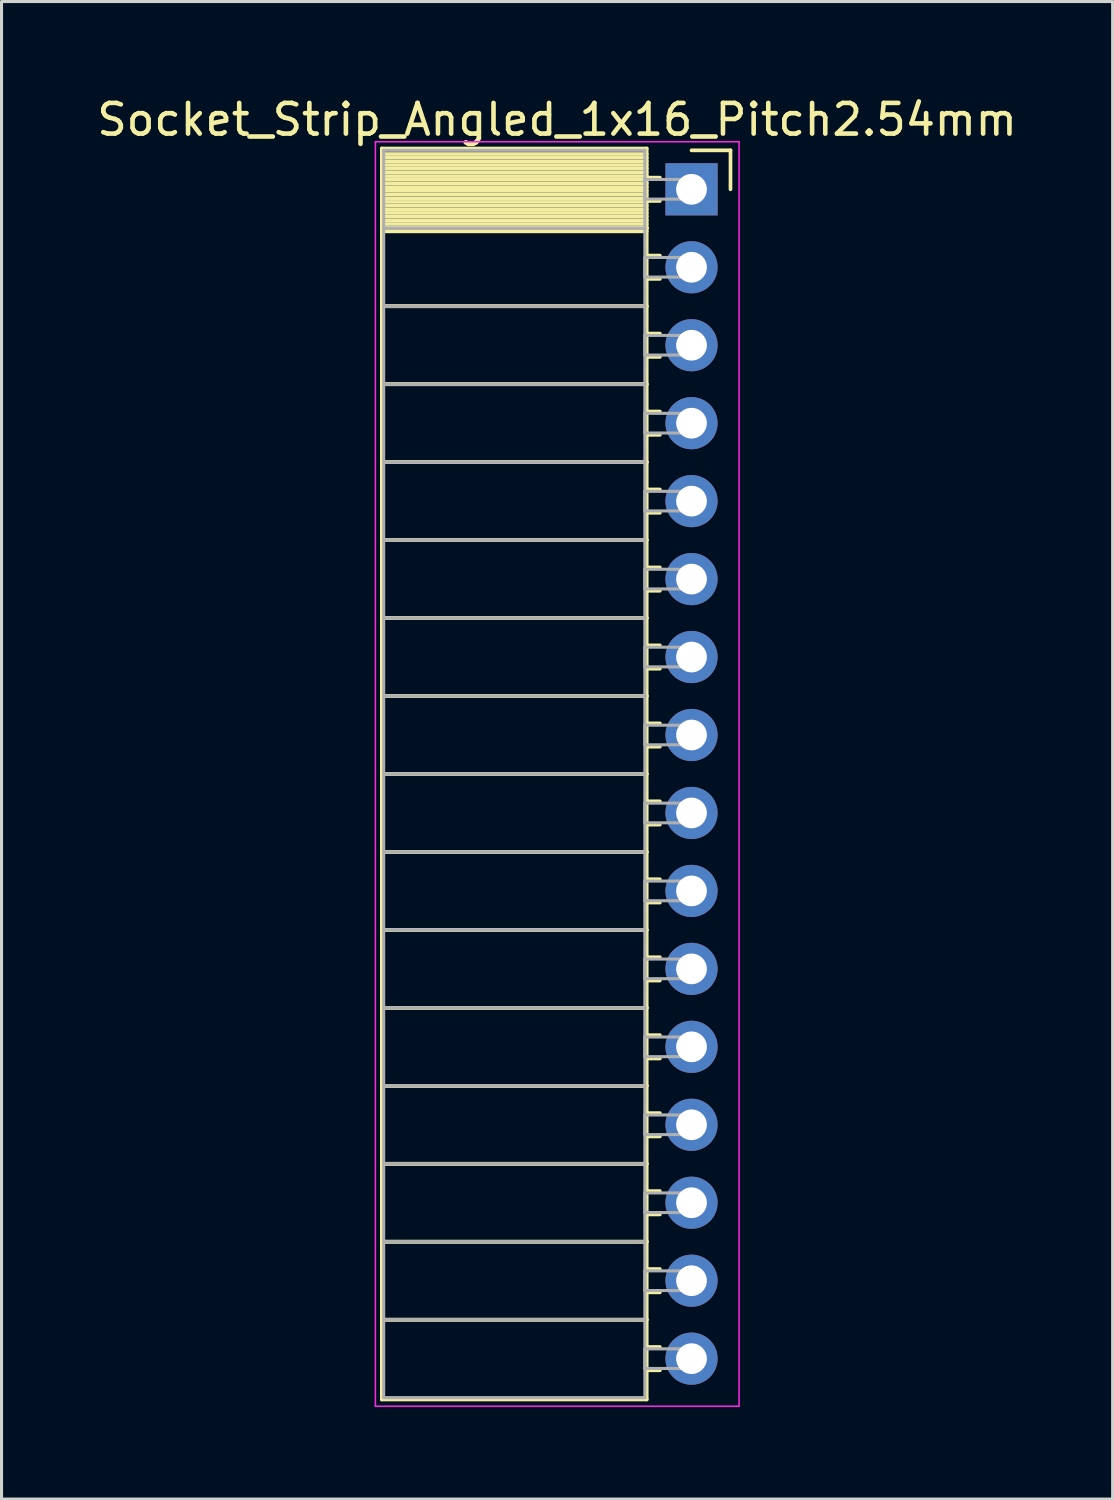
<source format=kicad_pcb>
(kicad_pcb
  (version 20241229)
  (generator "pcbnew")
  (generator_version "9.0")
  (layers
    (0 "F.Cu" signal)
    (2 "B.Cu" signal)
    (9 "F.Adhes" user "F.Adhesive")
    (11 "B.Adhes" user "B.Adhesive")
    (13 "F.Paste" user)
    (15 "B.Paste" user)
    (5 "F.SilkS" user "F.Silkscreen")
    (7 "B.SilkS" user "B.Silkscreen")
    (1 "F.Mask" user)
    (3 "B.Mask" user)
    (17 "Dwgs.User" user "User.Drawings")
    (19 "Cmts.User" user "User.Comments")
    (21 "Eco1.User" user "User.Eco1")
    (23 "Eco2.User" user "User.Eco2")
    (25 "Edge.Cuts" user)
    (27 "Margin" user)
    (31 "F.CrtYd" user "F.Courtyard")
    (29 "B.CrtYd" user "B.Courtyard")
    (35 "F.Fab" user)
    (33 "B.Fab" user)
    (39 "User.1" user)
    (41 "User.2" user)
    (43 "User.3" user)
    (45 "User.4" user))
  (footprint "Socket_Strip_Angled_1x16_Pitch2.54mm"
    (layer "F.Cu")
    (at 19.481 3.118)
    (property "Reference" "Socket_Strip_Angled_1x16_Pitch2.54mm" (at -4.38 -2.27 0) (layer "F.SilkS") (effects (font (size 1 1) (thickness 0.15))))
    (attr through_hole)
    (fp_line (start -10.09 -1.33) (end -1.46 -1.33) (stroke (width 0.12) (type solid)) (layer "F.SilkS"))
    (fp_line (start -10.09 1.27) (end -10.09 -1.33) (stroke (width 0.12) (type solid)) (layer "F.SilkS"))
    (fp_line (start -10.09 1.27) (end -1.46 1.27) (stroke (width 0.12) (type solid)) (layer "F.SilkS"))
    (fp_line (start -10.09 3.81) (end -10.09 1.27) (stroke (width 0.12) (type solid)) (layer "F.SilkS"))
    (fp_line (start -10.09 3.81) (end -1.46 3.81) (stroke (width 0.12) (type solid)) (layer "F.SilkS"))
    (fp_line (start -10.09 6.35) (end -10.09 3.81) (stroke (width 0.12) (type solid)) (layer "F.SilkS"))
    (fp_line (start -10.09 6.35) (end -1.46 6.35) (stroke (width 0.12) (type solid)) (layer "F.SilkS"))
    (fp_line (start -10.09 8.89) (end -10.09 6.35) (stroke (width 0.12) (type solid)) (layer "F.SilkS"))
    (fp_line (start -10.09 8.89) (end -1.46 8.89) (stroke (width 0.12) (type solid)) (layer "F.SilkS"))
    (fp_line (start -10.09 11.43) (end -10.09 8.89) (stroke (width 0.12) (type solid)) (layer "F.SilkS"))
    (fp_line (start -10.09 11.43) (end -1.46 11.43) (stroke (width 0.12) (type solid)) (layer "F.SilkS"))
    (fp_line (start -10.09 13.97) (end -10.09 11.43) (stroke (width 0.12) (type solid)) (layer "F.SilkS"))
    (fp_line (start -10.09 13.97) (end -1.46 13.97) (stroke (width 0.12) (type solid)) (layer "F.SilkS"))
    (fp_line (start -10.09 16.51) (end -10.09 13.97) (stroke (width 0.12) (type solid)) (layer "F.SilkS"))
    (fp_line (start -10.09 16.51) (end -1.46 16.51) (stroke (width 0.12) (type solid)) (layer "F.SilkS"))
    (fp_line (start -10.09 19.05) (end -10.09 16.51) (stroke (width 0.12) (type solid)) (layer "F.SilkS"))
    (fp_line (start -10.09 19.05) (end -1.46 19.05) (stroke (width 0.12) (type solid)) (layer "F.SilkS"))
    (fp_line (start -10.09 21.59) (end -10.09 19.05) (stroke (width 0.12) (type solid)) (layer "F.SilkS"))
    (fp_line (start -10.09 21.59) (end -1.46 21.59) (stroke (width 0.12) (type solid)) (layer "F.SilkS"))
    (fp_line (start -10.09 24.13) (end -10.09 21.59) (stroke (width 0.12) (type solid)) (layer "F.SilkS"))
    (fp_line (start -10.09 24.13) (end -1.46 24.13) (stroke (width 0.12) (type solid)) (layer "F.SilkS"))
    (fp_line (start -10.09 26.67) (end -10.09 24.13) (stroke (width 0.12) (type solid)) (layer "F.SilkS"))
    (fp_line (start -10.09 26.67) (end -1.46 26.67) (stroke (width 0.12) (type solid)) (layer "F.SilkS"))
    (fp_line (start -10.09 29.21) (end -10.09 26.67) (stroke (width 0.12) (type solid)) (layer "F.SilkS"))
    (fp_line (start -10.09 29.21) (end -1.46 29.21) (stroke (width 0.12) (type solid)) (layer "F.SilkS"))
    (fp_line (start -10.09 31.75) (end -10.09 29.21) (stroke (width 0.12) (type solid)) (layer "F.SilkS"))
    (fp_line (start -10.09 31.75) (end -1.46 31.75) (stroke (width 0.12) (type solid)) (layer "F.SilkS"))
    (fp_line (start -10.09 34.29) (end -10.09 31.75) (stroke (width 0.12) (type solid)) (layer "F.SilkS"))
    (fp_line (start -10.09 34.29) (end -1.46 34.29) (stroke (width 0.12) (type solid)) (layer "F.SilkS"))
    (fp_line (start -10.09 36.83) (end -10.09 34.29) (stroke (width 0.12) (type solid)) (layer "F.SilkS"))
    (fp_line (start -10.09 36.83) (end -1.46 36.83) (stroke (width 0.12) (type solid)) (layer "F.SilkS"))
    (fp_line (start -10.09 39.43) (end -10.09 36.83) (stroke (width 0.12) (type solid)) (layer "F.SilkS"))
    (fp_line (start -1.46 -1.33) (end -1.46 1.27) (stroke (width 0.12) (type solid)) (layer "F.SilkS"))
    (fp_line (start -1.46 -1.15) (end -10.09 -1.15) (stroke (width 0.12) (type solid)) (layer "F.SilkS"))
    (fp_line (start -1.46 -1.03) (end -10.09 -1.03) (stroke (width 0.12) (type solid)) (layer "F.SilkS"))
    (fp_line (start -1.46 -0.91) (end -10.09 -0.91) (stroke (width 0.12) (type solid)) (layer "F.SilkS"))
    (fp_line (start -1.46 -0.79) (end -10.09 -0.79) (stroke (width 0.12) (type solid)) (layer "F.SilkS"))
    (fp_line (start -1.46 -0.67) (end -10.09 -0.67) (stroke (width 0.12) (type solid)) (layer "F.SilkS"))
    (fp_line (start -1.46 -0.55) (end -10.09 -0.55) (stroke (width 0.12) (type solid)) (layer "F.SilkS"))
    (fp_line (start -1.46 -0.43) (end -10.09 -0.43) (stroke (width 0.12) (type solid)) (layer "F.SilkS"))
    (fp_line (start -1.46 -0.31) (end -10.09 -0.31) (stroke (width 0.12) (type solid)) (layer "F.SilkS"))
    (fp_line (start -1.46 -0.19) (end -10.09 -0.19) (stroke (width 0.12) (type solid)) (layer "F.SilkS"))
    (fp_line (start -1.46 -0.07) (end -10.09 -0.07) (stroke (width 0.12) (type solid)) (layer "F.SilkS"))
    (fp_line (start -1.46 0.05) (end -10.09 0.05) (stroke (width 0.12) (type solid)) (layer "F.SilkS"))
    (fp_line (start -1.46 0.17) (end -10.09 0.17) (stroke (width 0.12) (type solid)) (layer "F.SilkS"))
    (fp_line (start -1.46 0.29) (end -10.09 0.29) (stroke (width 0.12) (type solid)) (layer "F.SilkS"))
    (fp_line (start -1.46 0.41) (end -10.09 0.41) (stroke (width 0.12) (type solid)) (layer "F.SilkS"))
    (fp_line (start -1.46 0.53) (end -10.09 0.53) (stroke (width 0.12) (type solid)) (layer "F.SilkS"))
    (fp_line (start -1.46 0.65) (end -10.09 0.65) (stroke (width 0.12) (type solid)) (layer "F.SilkS"))
    (fp_line (start -1.46 0.77) (end -10.09 0.77) (stroke (width 0.12) (type solid)) (layer "F.SilkS"))
    (fp_line (start -1.46 0.89) (end -10.09 0.89) (stroke (width 0.12) (type solid)) (layer "F.SilkS"))
    (fp_line (start -1.46 1.01) (end -10.09 1.01) (stroke (width 0.12) (type solid)) (layer "F.SilkS"))
    (fp_line (start -1.46 1.13) (end -10.09 1.13) (stroke (width 0.12) (type solid)) (layer "F.SilkS"))
    (fp_line (start -1.46 1.25) (end -10.09 1.25) (stroke (width 0.12) (type solid)) (layer "F.SilkS"))
    (fp_line (start -1.46 1.27) (end -10.09 1.27) (stroke (width 0.12) (type solid)) (layer "F.SilkS"))
    (fp_line (start -1.46 1.27) (end -1.46 3.81) (stroke (width 0.12) (type solid)) (layer "F.SilkS"))
    (fp_line (start -1.46 1.37) (end -10.09 1.37) (stroke (width 0.12) (type solid)) (layer "F.SilkS"))
    (fp_line (start -1.46 3.81) (end -10.09 3.81) (stroke (width 0.12) (type solid)) (layer "F.SilkS"))
    (fp_line (start -1.46 3.81) (end -1.46 6.35) (stroke (width 0.12) (type solid)) (layer "F.SilkS"))
    (fp_line (start -1.46 6.35) (end -10.09 6.35) (stroke (width 0.12) (type solid)) (layer "F.SilkS"))
    (fp_line (start -1.46 6.35) (end -1.46 8.89) (stroke (width 0.12) (type solid)) (layer "F.SilkS"))
    (fp_line (start -1.46 8.89) (end -10.09 8.89) (stroke (width 0.12) (type solid)) (layer "F.SilkS"))
    (fp_line (start -1.46 8.89) (end -1.46 11.43) (stroke (width 0.12) (type solid)) (layer "F.SilkS"))
    (fp_line (start -1.46 11.43) (end -10.09 11.43) (stroke (width 0.12) (type solid)) (layer "F.SilkS"))
    (fp_line (start -1.46 11.43) (end -1.46 13.97) (stroke (width 0.12) (type solid)) (layer "F.SilkS"))
    (fp_line (start -1.46 13.97) (end -10.09 13.97) (stroke (width 0.12) (type solid)) (layer "F.SilkS"))
    (fp_line (start -1.46 13.97) (end -1.46 16.51) (stroke (width 0.12) (type solid)) (layer "F.SilkS"))
    (fp_line (start -1.46 16.51) (end -10.09 16.51) (stroke (width 0.12) (type solid)) (layer "F.SilkS"))
    (fp_line (start -1.46 16.51) (end -1.46 19.05) (stroke (width 0.12) (type solid)) (layer "F.SilkS"))
    (fp_line (start -1.46 19.05) (end -10.09 19.05) (stroke (width 0.12) (type solid)) (layer "F.SilkS"))
    (fp_line (start -1.46 19.05) (end -1.46 21.59) (stroke (width 0.12) (type solid)) (layer "F.SilkS"))
    (fp_line (start -1.46 21.59) (end -10.09 21.59) (stroke (width 0.12) (type solid)) (layer "F.SilkS"))
    (fp_line (start -1.46 21.59) (end -1.46 24.13) (stroke (width 0.12) (type solid)) (layer "F.SilkS"))
    (fp_line (start -1.46 24.13) (end -10.09 24.13) (stroke (width 0.12) (type solid)) (layer "F.SilkS"))
    (fp_line (start -1.46 24.13) (end -1.46 26.67) (stroke (width 0.12) (type solid)) (layer "F.SilkS"))
    (fp_line (start -1.46 26.67) (end -10.09 26.67) (stroke (width 0.12) (type solid)) (layer "F.SilkS"))
    (fp_line (start -1.46 26.67) (end -1.46 29.21) (stroke (width 0.12) (type solid)) (layer "F.SilkS"))
    (fp_line (start -1.46 29.21) (end -10.09 29.21) (stroke (width 0.12) (type solid)) (layer "F.SilkS"))
    (fp_line (start -1.46 29.21) (end -1.46 31.75) (stroke (width 0.12) (type solid)) (layer "F.SilkS"))
    (fp_line (start -1.46 31.75) (end -10.09 31.75) (stroke (width 0.12) (type solid)) (layer "F.SilkS"))
    (fp_line (start -1.46 31.75) (end -1.46 34.29) (stroke (width 0.12) (type solid)) (layer "F.SilkS"))
    (fp_line (start -1.46 34.29) (end -10.09 34.29) (stroke (width 0.12) (type solid)) (layer "F.SilkS"))
    (fp_line (start -1.46 34.29) (end -1.46 36.83) (stroke (width 0.12) (type solid)) (layer "F.SilkS"))
    (fp_line (start -1.46 36.83) (end -10.09 36.83) (stroke (width 0.12) (type solid)) (layer "F.SilkS"))
    (fp_line (start -1.46 36.83) (end -1.46 39.43) (stroke (width 0.12) (type solid)) (layer "F.SilkS"))
    (fp_line (start -1.46 39.43) (end -10.09 39.43) (stroke (width 0.12) (type solid)) (layer "F.SilkS"))
    (fp_line (start -1.03 -0.38) (end -1.46 -0.38) (stroke (width 0.12) (type solid)) (layer "F.SilkS"))
    (fp_line (start -1.03 0.38) (end -1.46 0.38) (stroke (width 0.12) (type solid)) (layer "F.SilkS"))
    (fp_line (start -1.03 2.16) (end -1.46 2.16) (stroke (width 0.12) (type solid)) (layer "F.SilkS"))
    (fp_line (start -1.03 2.92) (end -1.46 2.92) (stroke (width 0.12) (type solid)) (layer "F.SilkS"))
    (fp_line (start -1.03 4.7) (end -1.46 4.7) (stroke (width 0.12) (type solid)) (layer "F.SilkS"))
    (fp_line (start -1.03 5.46) (end -1.46 5.46) (stroke (width 0.12) (type solid)) (layer "F.SilkS"))
    (fp_line (start -1.03 7.24) (end -1.46 7.24) (stroke (width 0.12) (type solid)) (layer "F.SilkS"))
    (fp_line (start -1.03 8) (end -1.46 8) (stroke (width 0.12) (type solid)) (layer "F.SilkS"))
    (fp_line (start -1.03 9.78) (end -1.46 9.78) (stroke (width 0.12) (type solid)) (layer "F.SilkS"))
    (fp_line (start -1.03 10.54) (end -1.46 10.54) (stroke (width 0.12) (type solid)) (layer "F.SilkS"))
    (fp_line (start -1.03 12.32) (end -1.46 12.32) (stroke (width 0.12) (type solid)) (layer "F.SilkS"))
    (fp_line (start -1.03 13.08) (end -1.46 13.08) (stroke (width 0.12) (type solid)) (layer "F.SilkS"))
    (fp_line (start -1.03 14.86) (end -1.46 14.86) (stroke (width 0.12) (type solid)) (layer "F.SilkS"))
    (fp_line (start -1.03 15.62) (end -1.46 15.62) (stroke (width 0.12) (type solid)) (layer "F.SilkS"))
    (fp_line (start -1.03 17.4) (end -1.46 17.4) (stroke (width 0.12) (type solid)) (layer "F.SilkS"))
    (fp_line (start -1.03 18.16) (end -1.46 18.16) (stroke (width 0.12) (type solid)) (layer "F.SilkS"))
    (fp_line (start -1.03 19.94) (end -1.46 19.94) (stroke (width 0.12) (type solid)) (layer "F.SilkS"))
    (fp_line (start -1.03 20.7) (end -1.46 20.7) (stroke (width 0.12) (type solid)) (layer "F.SilkS"))
    (fp_line (start -1.03 22.48) (end -1.46 22.48) (stroke (width 0.12) (type solid)) (layer "F.SilkS"))
    (fp_line (start -1.03 23.24) (end -1.46 23.24) (stroke (width 0.12) (type solid)) (layer "F.SilkS"))
    (fp_line (start -1.03 25.02) (end -1.46 25.02) (stroke (width 0.12) (type solid)) (layer "F.SilkS"))
    (fp_line (start -1.03 25.78) (end -1.46 25.78) (stroke (width 0.12) (type solid)) (layer "F.SilkS"))
    (fp_line (start -1.03 27.56) (end -1.46 27.56) (stroke (width 0.12) (type solid)) (layer "F.SilkS"))
    (fp_line (start -1.03 28.32) (end -1.46 28.32) (stroke (width 0.12) (type solid)) (layer "F.SilkS"))
    (fp_line (start -1.03 30.1) (end -1.46 30.1) (stroke (width 0.12) (type solid)) (layer "F.SilkS"))
    (fp_line (start -1.03 30.86) (end -1.46 30.86) (stroke (width 0.12) (type solid)) (layer "F.SilkS"))
    (fp_line (start -1.03 32.64) (end -1.46 32.64) (stroke (width 0.12) (type solid)) (layer "F.SilkS"))
    (fp_line (start -1.03 33.4) (end -1.46 33.4) (stroke (width 0.12) (type solid)) (layer "F.SilkS"))
    (fp_line (start -1.03 35.18) (end -1.46 35.18) (stroke (width 0.12) (type solid)) (layer "F.SilkS"))
    (fp_line (start -1.03 35.94) (end -1.46 35.94) (stroke (width 0.12) (type solid)) (layer "F.SilkS"))
    (fp_line (start -1.03 37.72) (end -1.46 37.72) (stroke (width 0.12) (type solid)) (layer "F.SilkS"))
    (fp_line (start -1.03 38.48) (end -1.46 38.48) (stroke (width 0.12) (type solid)) (layer "F.SilkS"))
    (fp_line (start 0 -1.27) (end 1.27 -1.27) (stroke (width 0.12) (type solid)) (layer "F.SilkS"))
    (fp_line (start 1.27 -1.27) (end 1.27 0) (stroke (width 0.12) (type solid)) (layer "F.SilkS"))
    (fp_line (start -10.3 -1.55) (end 1.55 -1.55) (stroke (width 0.05) (type solid)) (layer "F.CrtYd"))
    (fp_line (start -10.3 39.65) (end -10.3 -1.55) (stroke (width 0.05) (type solid)) (layer "F.CrtYd"))
    (fp_line (start 1.55 -1.55) (end 1.55 39.65) (stroke (width 0.05) (type solid)) (layer "F.CrtYd"))
    (fp_line (start 1.55 39.65) (end -10.3 39.65) (stroke (width 0.05) (type solid)) (layer "F.CrtYd"))
    (fp_line (start -10.03 -1.27) (end -1.52 -1.27) (stroke (width 0.1) (type solid)) (layer "F.Fab"))
    (fp_line (start -10.03 1.27) (end -10.03 -1.27) (stroke (width 0.1) (type solid)) (layer "F.Fab"))
    (fp_line (start -10.03 1.27) (end -1.52 1.27) (stroke (width 0.1) (type solid)) (layer "F.Fab"))
    (fp_line (start -10.03 3.81) (end -10.03 1.27) (stroke (width 0.1) (type solid)) (layer "F.Fab"))
    (fp_line (start -10.03 3.81) (end -1.52 3.81) (stroke (width 0.1) (type solid)) (layer "F.Fab"))
    (fp_line (start -10.03 6.35) (end -10.03 3.81) (stroke (width 0.1) (type solid)) (layer "F.Fab"))
    (fp_line (start -10.03 6.35) (end -1.52 6.35) (stroke (width 0.1) (type solid)) (layer "F.Fab"))
    (fp_line (start -10.03 8.89) (end -10.03 6.35) (stroke (width 0.1) (type solid)) (layer "F.Fab"))
    (fp_line (start -10.03 8.89) (end -1.52 8.89) (stroke (width 0.1) (type solid)) (layer "F.Fab"))
    (fp_line (start -10.03 11.43) (end -10.03 8.89) (stroke (width 0.1) (type solid)) (layer "F.Fab"))
    (fp_line (start -10.03 11.43) (end -1.52 11.43) (stroke (width 0.1) (type solid)) (layer "F.Fab"))
    (fp_line (start -10.03 13.97) (end -10.03 11.43) (stroke (width 0.1) (type solid)) (layer "F.Fab"))
    (fp_line (start -10.03 13.97) (end -1.52 13.97) (stroke (width 0.1) (type solid)) (layer "F.Fab"))
    (fp_line (start -10.03 16.51) (end -10.03 13.97) (stroke (width 0.1) (type solid)) (layer "F.Fab"))
    (fp_line (start -10.03 16.51) (end -1.52 16.51) (stroke (width 0.1) (type solid)) (layer "F.Fab"))
    (fp_line (start -10.03 19.05) (end -10.03 16.51) (stroke (width 0.1) (type solid)) (layer "F.Fab"))
    (fp_line (start -10.03 19.05) (end -1.52 19.05) (stroke (width 0.1) (type solid)) (layer "F.Fab"))
    (fp_line (start -10.03 21.59) (end -10.03 19.05) (stroke (width 0.1) (type solid)) (layer "F.Fab"))
    (fp_line (start -10.03 21.59) (end -1.52 21.59) (stroke (width 0.1) (type solid)) (layer "F.Fab"))
    (fp_line (start -10.03 24.13) (end -10.03 21.59) (stroke (width 0.1) (type solid)) (layer "F.Fab"))
    (fp_line (start -10.03 24.13) (end -1.52 24.13) (stroke (width 0.1) (type solid)) (layer "F.Fab"))
    (fp_line (start -10.03 26.67) (end -10.03 24.13) (stroke (width 0.1) (type solid)) (layer "F.Fab"))
    (fp_line (start -10.03 26.67) (end -1.52 26.67) (stroke (width 0.1) (type solid)) (layer "F.Fab"))
    (fp_line (start -10.03 29.21) (end -10.03 26.67) (stroke (width 0.1) (type solid)) (layer "F.Fab"))
    (fp_line (start -10.03 29.21) (end -1.52 29.21) (stroke (width 0.1) (type solid)) (layer "F.Fab"))
    (fp_line (start -10.03 31.75) (end -10.03 29.21) (stroke (width 0.1) (type solid)) (layer "F.Fab"))
    (fp_line (start -10.03 31.75) (end -1.52 31.75) (stroke (width 0.1) (type solid)) (layer "F.Fab"))
    (fp_line (start -10.03 34.29) (end -10.03 31.75) (stroke (width 0.1) (type solid)) (layer "F.Fab"))
    (fp_line (start -10.03 34.29) (end -1.52 34.29) (stroke (width 0.1) (type solid)) (layer "F.Fab"))
    (fp_line (start -10.03 36.83) (end -10.03 34.29) (stroke (width 0.1) (type solid)) (layer "F.Fab"))
    (fp_line (start -10.03 36.83) (end -1.52 36.83) (stroke (width 0.1) (type solid)) (layer "F.Fab"))
    (fp_line (start -10.03 39.37) (end -10.03 36.83) (stroke (width 0.1) (type solid)) (layer "F.Fab"))
    (fp_line (start -1.52 -1.27) (end -1.52 1.27) (stroke (width 0.1) (type solid)) (layer "F.Fab"))
    (fp_line (start -1.52 -0.32) (end 0 -0.32) (stroke (width 0.1) (type solid)) (layer "F.Fab"))
    (fp_line (start -1.52 0.32) (end -1.52 -0.32) (stroke (width 0.1) (type solid)) (layer "F.Fab"))
    (fp_line (start -1.52 1.27) (end -10.03 1.27) (stroke (width 0.1) (type solid)) (layer "F.Fab"))
    (fp_line (start -1.52 1.27) (end -1.52 3.81) (stroke (width 0.1) (type solid)) (layer "F.Fab"))
    (fp_line (start -1.52 2.22) (end 0 2.22) (stroke (width 0.1) (type solid)) (layer "F.Fab"))
    (fp_line (start -1.52 2.86) (end -1.52 2.22) (stroke (width 0.1) (type solid)) (layer "F.Fab"))
    (fp_line (start -1.52 3.81) (end -10.03 3.81) (stroke (width 0.1) (type solid)) (layer "F.Fab"))
    (fp_line (start -1.52 3.81) (end -1.52 6.35) (stroke (width 0.1) (type solid)) (layer "F.Fab"))
    (fp_line (start -1.52 4.76) (end 0 4.76) (stroke (width 0.1) (type solid)) (layer "F.Fab"))
    (fp_line (start -1.52 5.4) (end -1.52 4.76) (stroke (width 0.1) (type solid)) (layer "F.Fab"))
    (fp_line (start -1.52 6.35) (end -10.03 6.35) (stroke (width 0.1) (type solid)) (layer "F.Fab"))
    (fp_line (start -1.52 6.35) (end -1.52 8.89) (stroke (width 0.1) (type solid)) (layer "F.Fab"))
    (fp_line (start -1.52 7.3) (end 0 7.3) (stroke (width 0.1) (type solid)) (layer "F.Fab"))
    (fp_line (start -1.52 7.94) (end -1.52 7.3) (stroke (width 0.1) (type solid)) (layer "F.Fab"))
    (fp_line (start -1.52 8.89) (end -10.03 8.89) (stroke (width 0.1) (type solid)) (layer "F.Fab"))
    (fp_line (start -1.52 8.89) (end -1.52 11.43) (stroke (width 0.1) (type solid)) (layer "F.Fab"))
    (fp_line (start -1.52 9.84) (end 0 9.84) (stroke (width 0.1) (type solid)) (layer "F.Fab"))
    (fp_line (start -1.52 10.48) (end -1.52 9.84) (stroke (width 0.1) (type solid)) (layer "F.Fab"))
    (fp_line (start -1.52 11.43) (end -10.03 11.43) (stroke (width 0.1) (type solid)) (layer "F.Fab"))
    (fp_line (start -1.52 11.43) (end -1.52 13.97) (stroke (width 0.1) (type solid)) (layer "F.Fab"))
    (fp_line (start -1.52 12.38) (end 0 12.38) (stroke (width 0.1) (type solid)) (layer "F.Fab"))
    (fp_line (start -1.52 13.02) (end -1.52 12.38) (stroke (width 0.1) (type solid)) (layer "F.Fab"))
    (fp_line (start -1.52 13.97) (end -10.03 13.97) (stroke (width 0.1) (type solid)) (layer "F.Fab"))
    (fp_line (start -1.52 13.97) (end -1.52 16.51) (stroke (width 0.1) (type solid)) (layer "F.Fab"))
    (fp_line (start -1.52 14.92) (end 0 14.92) (stroke (width 0.1) (type solid)) (layer "F.Fab"))
    (fp_line (start -1.52 15.56) (end -1.52 14.92) (stroke (width 0.1) (type solid)) (layer "F.Fab"))
    (fp_line (start -1.52 16.51) (end -10.03 16.51) (stroke (width 0.1) (type solid)) (layer "F.Fab"))
    (fp_line (start -1.52 16.51) (end -1.52 19.05) (stroke (width 0.1) (type solid)) (layer "F.Fab"))
    (fp_line (start -1.52 17.46) (end 0 17.46) (stroke (width 0.1) (type solid)) (layer "F.Fab"))
    (fp_line (start -1.52 18.1) (end -1.52 17.46) (stroke (width 0.1) (type solid)) (layer "F.Fab"))
    (fp_line (start -1.52 19.05) (end -10.03 19.05) (stroke (width 0.1) (type solid)) (layer "F.Fab"))
    (fp_line (start -1.52 19.05) (end -1.52 21.59) (stroke (width 0.1) (type solid)) (layer "F.Fab"))
    (fp_line (start -1.52 20) (end 0 20) (stroke (width 0.1) (type solid)) (layer "F.Fab"))
    (fp_line (start -1.52 20.64) (end -1.52 20) (stroke (width 0.1) (type solid)) (layer "F.Fab"))
    (fp_line (start -1.52 21.59) (end -10.03 21.59) (stroke (width 0.1) (type solid)) (layer "F.Fab"))
    (fp_line (start -1.52 21.59) (end -1.52 24.13) (stroke (width 0.1) (type solid)) (layer "F.Fab"))
    (fp_line (start -1.52 22.54) (end 0 22.54) (stroke (width 0.1) (type solid)) (layer "F.Fab"))
    (fp_line (start -1.52 23.18) (end -1.52 22.54) (stroke (width 0.1) (type solid)) (layer "F.Fab"))
    (fp_line (start -1.52 24.13) (end -10.03 24.13) (stroke (width 0.1) (type solid)) (layer "F.Fab"))
    (fp_line (start -1.52 24.13) (end -1.52 26.67) (stroke (width 0.1) (type solid)) (layer "F.Fab"))
    (fp_line (start -1.52 25.08) (end 0 25.08) (stroke (width 0.1) (type solid)) (layer "F.Fab"))
    (fp_line (start -1.52 25.72) (end -1.52 25.08) (stroke (width 0.1) (type solid)) (layer "F.Fab"))
    (fp_line (start -1.52 26.67) (end -10.03 26.67) (stroke (width 0.1) (type solid)) (layer "F.Fab"))
    (fp_line (start -1.52 26.67) (end -1.52 29.21) (stroke (width 0.1) (type solid)) (layer "F.Fab"))
    (fp_line (start -1.52 27.62) (end 0 27.62) (stroke (width 0.1) (type solid)) (layer "F.Fab"))
    (fp_line (start -1.52 28.26) (end -1.52 27.62) (stroke (width 0.1) (type solid)) (layer "F.Fab"))
    (fp_line (start -1.52 29.21) (end -10.03 29.21) (stroke (width 0.1) (type solid)) (layer "F.Fab"))
    (fp_line (start -1.52 29.21) (end -1.52 31.75) (stroke (width 0.1) (type solid)) (layer "F.Fab"))
    (fp_line (start -1.52 30.16) (end 0 30.16) (stroke (width 0.1) (type solid)) (layer "F.Fab"))
    (fp_line (start -1.52 30.8) (end -1.52 30.16) (stroke (width 0.1) (type solid)) (layer "F.Fab"))
    (fp_line (start -1.52 31.75) (end -10.03 31.75) (stroke (width 0.1) (type solid)) (layer "F.Fab"))
    (fp_line (start -1.52 31.75) (end -1.52 34.29) (stroke (width 0.1) (type solid)) (layer "F.Fab"))
    (fp_line (start -1.52 32.7) (end 0 32.7) (stroke (width 0.1) (type solid)) (layer "F.Fab"))
    (fp_line (start -1.52 33.34) (end -1.52 32.7) (stroke (width 0.1) (type solid)) (layer "F.Fab"))
    (fp_line (start -1.52 34.29) (end -10.03 34.29) (stroke (width 0.1) (type solid)) (layer "F.Fab"))
    (fp_line (start -1.52 34.29) (end -1.52 36.83) (stroke (width 0.1) (type solid)) (layer "F.Fab"))
    (fp_line (start -1.52 35.24) (end 0 35.24) (stroke (width 0.1) (type solid)) (layer "F.Fab"))
    (fp_line (start -1.52 35.88) (end -1.52 35.24) (stroke (width 0.1) (type solid)) (layer "F.Fab"))
    (fp_line (start -1.52 36.83) (end -10.03 36.83) (stroke (width 0.1) (type solid)) (layer "F.Fab"))
    (fp_line (start -1.52 36.83) (end -1.52 39.37) (stroke (width 0.1) (type solid)) (layer "F.Fab"))
    (fp_line (start -1.52 37.78) (end 0 37.78) (stroke (width 0.1) (type solid)) (layer "F.Fab"))
    (fp_line (start -1.52 38.42) (end -1.52 37.78) (stroke (width 0.1) (type solid)) (layer "F.Fab"))
    (fp_line (start -1.52 39.37) (end -10.03 39.37) (stroke (width 0.1) (type solid)) (layer "F.Fab"))
    (fp_line (start 0 -0.32) (end 0 0.32) (stroke (width 0.1) (type solid)) (layer "F.Fab"))
    (fp_line (start 0 0.32) (end -1.52 0.32) (stroke (width 0.1) (type solid)) (layer "F.Fab"))
    (fp_line (start 0 2.22) (end 0 2.86) (stroke (width 0.1) (type solid)) (layer "F.Fab"))
    (fp_line (start 0 2.86) (end -1.52 2.86) (stroke (width 0.1) (type solid)) (layer "F.Fab"))
    (fp_line (start 0 4.76) (end 0 5.4) (stroke (width 0.1) (type solid)) (layer "F.Fab"))
    (fp_line (start 0 5.4) (end -1.52 5.4) (stroke (width 0.1) (type solid)) (layer "F.Fab"))
    (fp_line (start 0 7.3) (end 0 7.94) (stroke (width 0.1) (type solid)) (layer "F.Fab"))
    (fp_line (start 0 7.94) (end -1.52 7.94) (stroke (width 0.1) (type solid)) (layer "F.Fab"))
    (fp_line (start 0 9.84) (end 0 10.48) (stroke (width 0.1) (type solid)) (layer "F.Fab"))
    (fp_line (start 0 10.48) (end -1.52 10.48) (stroke (width 0.1) (type solid)) (layer "F.Fab"))
    (fp_line (start 0 12.38) (end 0 13.02) (stroke (width 0.1) (type solid)) (layer "F.Fab"))
    (fp_line (start 0 13.02) (end -1.52 13.02) (stroke (width 0.1) (type solid)) (layer "F.Fab"))
    (fp_line (start 0 14.92) (end 0 15.56) (stroke (width 0.1) (type solid)) (layer "F.Fab"))
    (fp_line (start 0 15.56) (end -1.52 15.56) (stroke (width 0.1) (type solid)) (layer "F.Fab"))
    (fp_line (start 0 17.46) (end 0 18.1) (stroke (width 0.1) (type solid)) (layer "F.Fab"))
    (fp_line (start 0 18.1) (end -1.52 18.1) (stroke (width 0.1) (type solid)) (layer "F.Fab"))
    (fp_line (start 0 20) (end 0 20.64) (stroke (width 0.1) (type solid)) (layer "F.Fab"))
    (fp_line (start 0 20.64) (end -1.52 20.64) (stroke (width 0.1) (type solid)) (layer "F.Fab"))
    (fp_line (start 0 22.54) (end 0 23.18) (stroke (width 0.1) (type solid)) (layer "F.Fab"))
    (fp_line (start 0 23.18) (end -1.52 23.18) (stroke (width 0.1) (type solid)) (layer "F.Fab"))
    (fp_line (start 0 25.08) (end 0 25.72) (stroke (width 0.1) (type solid)) (layer "F.Fab"))
    (fp_line (start 0 25.72) (end -1.52 25.72) (stroke (width 0.1) (type solid)) (layer "F.Fab"))
    (fp_line (start 0 27.62) (end 0 28.26) (stroke (width 0.1) (type solid)) (layer "F.Fab"))
    (fp_line (start 0 28.26) (end -1.52 28.26) (stroke (width 0.1) (type solid)) (layer "F.Fab"))
    (fp_line (start 0 30.16) (end 0 30.8) (stroke (width 0.1) (type solid)) (layer "F.Fab"))
    (fp_line (start 0 30.8) (end -1.52 30.8) (stroke (width 0.1) (type solid)) (layer "F.Fab"))
    (fp_line (start 0 32.7) (end 0 33.34) (stroke (width 0.1) (type solid)) (layer "F.Fab"))
    (fp_line (start 0 33.34) (end -1.52 33.34) (stroke (width 0.1) (type solid)) (layer "F.Fab"))
    (fp_line (start 0 35.24) (end 0 35.88) (stroke (width 0.1) (type solid)) (layer "F.Fab"))
    (fp_line (start 0 35.88) (end -1.52 35.88) (stroke (width 0.1) (type solid)) (layer "F.Fab"))
    (fp_line (start 0 37.78) (end 0 38.42) (stroke (width 0.1) (type solid)) (layer "F.Fab"))
    (fp_line (start 0 38.42) (end -1.52 38.42) (stroke (width 0.1) (type solid)) (layer "F.Fab"))
    (pad "1" thru_hole rect (at 0 0) (size 1.7 1.7) (drill 1) (layers "*.Cu" "*.Mask"))
    (pad "2" thru_hole oval (at 0 2.54) (size 1.7 1.7) (drill 1) (layers "*.Cu" "*.Mask"))
    (pad "3" thru_hole oval (at 0 5.08) (size 1.7 1.7) (drill 1) (layers "*.Cu" "*.Mask"))
    (pad "4" thru_hole oval (at 0 7.62) (size 1.7 1.7) (drill 1) (layers "*.Cu" "*.Mask"))
    (pad "5" thru_hole oval (at 0 10.16) (size 1.7 1.7) (drill 1) (layers "*.Cu" "*.Mask"))
    (pad "6" thru_hole oval (at 0 12.7) (size 1.7 1.7) (drill 1) (layers "*.Cu" "*.Mask"))
    (pad "7" thru_hole oval (at 0 15.24) (size 1.7 1.7) (drill 1) (layers "*.Cu" "*.Mask"))
    (pad "8" thru_hole oval (at 0 17.78) (size 1.7 1.7) (drill 1) (layers "*.Cu" "*.Mask"))
    (pad "9" thru_hole oval (at 0 20.32) (size 1.7 1.7) (drill 1) (layers "*.Cu" "*.Mask"))
    (pad "10" thru_hole oval (at 0 22.86) (size 1.7 1.7) (drill 1) (layers "*.Cu" "*.Mask"))
    (pad "11" thru_hole oval (at 0 25.4) (size 1.7 1.7) (drill 1) (layers "*.Cu" "*.Mask"))
    (pad "12" thru_hole oval (at 0 27.94) (size 1.7 1.7) (drill 1) (layers "*.Cu" "*.Mask"))
    (pad "13" thru_hole oval (at 0 30.48) (size 1.7 1.7) (drill 1) (layers "*.Cu" "*.Mask"))
    (pad "14" thru_hole oval (at 0 33.02) (size 1.7 1.7) (drill 1) (layers "*.Cu" "*.Mask"))
    (pad "15" thru_hole oval (at 0 35.56) (size 1.7 1.7) (drill 1) (layers "*.Cu" "*.Mask"))
    (pad "16" thru_hole oval (at 0 38.1) (size 1.7 1.7) (drill 1) (layers "*.Cu" "*.Mask")))
  (gr_rect
    (start -3 -3)
    (end 33.202 45.793)
    (stroke (width 0.1) (type default))
    (fill no)
    (layer "Edge.Cuts")))
</source>
